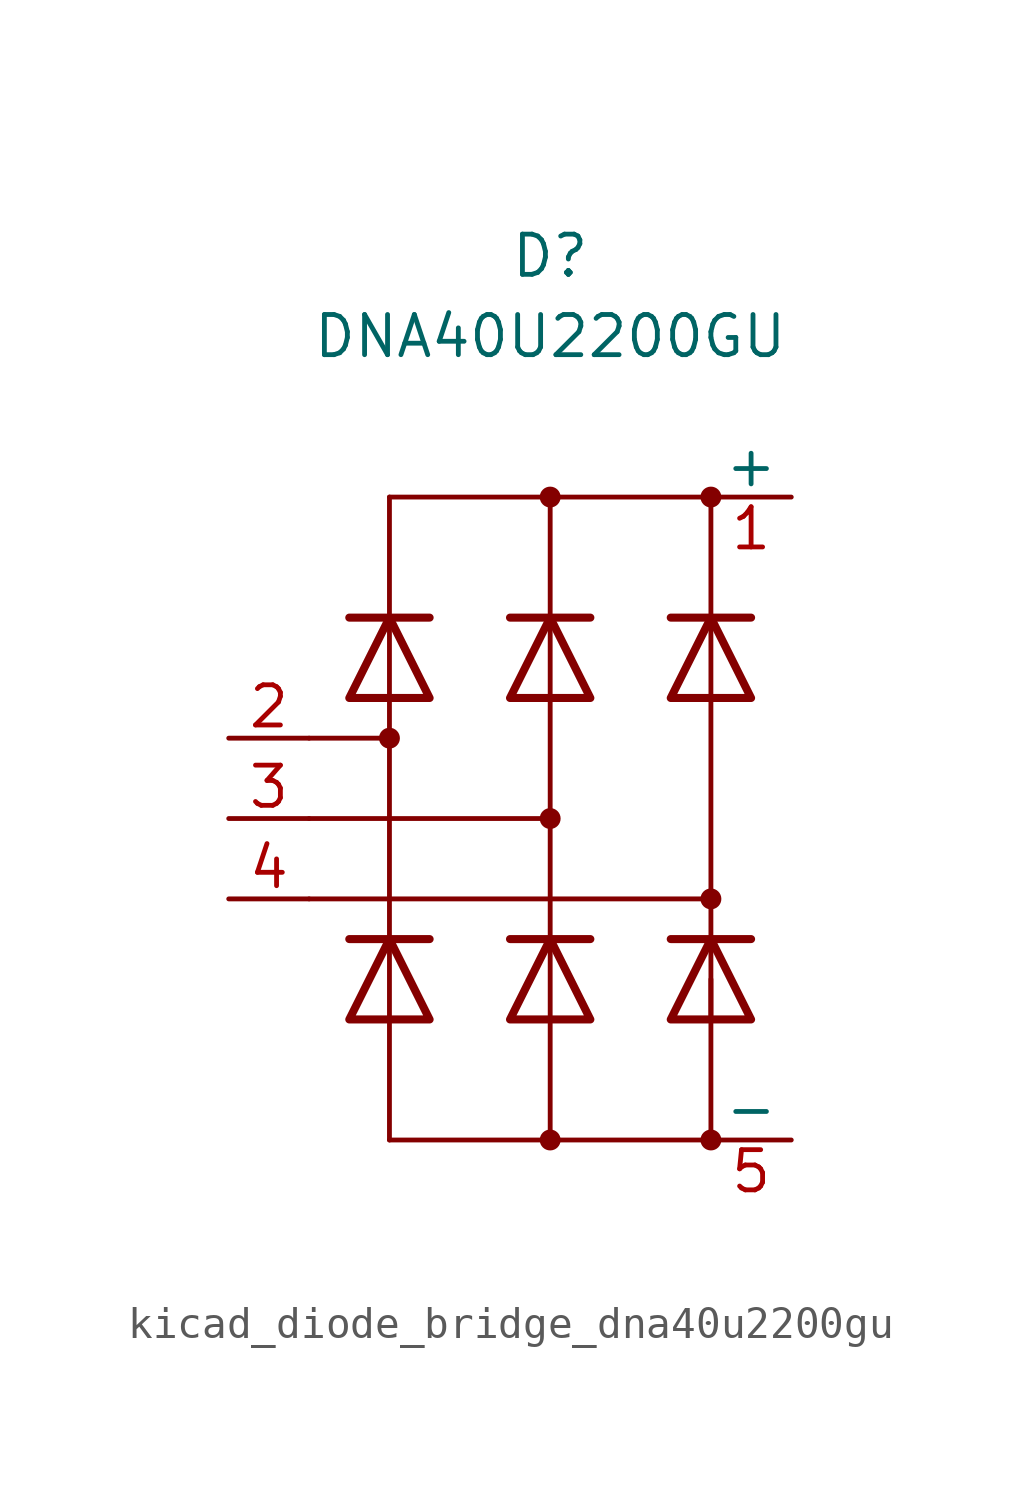
<source format=kicad_sym>
(kicad_symbol_lib
  (version 20220914)
  (generator kicad_symbol_editor)
  (symbol "kicad_diode_bridge_dna40u2200gu"
    (pin_names
      (offset 0))
    (property "Reference" "D"
      (at 0 17.78 0)
      (effects (font (size 1.27 1.27))))
    (property "Value" "DNA40U2200GU"
      (at 0 15.24 0)
      (effects (font (size 1.27 1.27))))
    (symbol "kicad_diode_bridge_dna40u2200gu_0_1"
      (circle (center -5.08 2.54) (radius 0.254) (stroke (width 0) (type default)) (fill (type outline)))
      (circle (center 0 -10.16) (radius 0.254) (stroke (width 0) (type default)) (fill (type outline)))
      (polyline (pts (xy -7.62 -2.54) (xy 5.08 -2.54)) (stroke (width 0) (type default)) (fill (type none)))
      (polyline (pts (xy -7.62 0) (xy 0 0)) (stroke (width 0) (type default)) (fill (type none)))
      (polyline (pts (xy -7.62 2.54) (xy -5.08 2.54)) (stroke (width 0) (type default)) (fill (type none)))
      (polyline (pts (xy -5.08 -10.16) (xy 5.08 -10.16)) (stroke (width 0) (type default)) (fill (type none)))
      (polyline (pts (xy -5.08 -6.35) (xy -5.08 -10.16)) (stroke (width 0) (type default)) (fill (type none)))
      (polyline (pts (xy -5.08 3.81) (xy -5.08 -3.81)) (stroke (width 0) (type default)) (fill (type none)))
      (polyline (pts (xy -5.08 10.16) (xy -5.08 6.35)) (stroke (width 0) (type default)) (fill (type none)))
      (polyline (pts (xy -5.08 10.16) (xy 5.08 10.16)) (stroke (width 0) (type default)) (fill (type none)))
      (polyline (pts (xy 0 -6.35) (xy 0 -10.16)) (stroke (width 0) (type default)) (fill (type none)))
      (polyline (pts (xy 0 3.81) (xy 0 -3.81)) (stroke (width 0) (type default)) (fill (type none)))
      (polyline (pts (xy 0 6.35) (xy 0 10.16)) (stroke (width 0) (type default)) (fill (type none)))
      (polyline (pts (xy 5.08 -10.16) (xy 5.08 -5.08)) (stroke (width 0) (type default)) (fill (type none)))
      (polyline (pts (xy 5.08 3.81) (xy 5.08 -3.81)) (stroke (width 0) (type default)) (fill (type none)))
      (polyline (pts (xy 5.08 10.16) (xy 5.08 6.35)) (stroke (width 0) (type default)) (fill (type none)))
      (circle (center 0 0) (radius 0.254) (stroke (width 0) (type default)) (fill (type outline)))
      (circle (center 0 10.16) (radius 0.254) (stroke (width 0) (type default)) (fill (type outline)))
      (circle (center 5.08 -10.16) (radius 0.254) (stroke (width 0) (type default)) (fill (type outline)))
      (circle (center 5.08 -2.54) (radius 0.254) (stroke (width 0) (type default)) (fill (type outline)))
      (circle (center 5.08 10.16) (radius 0.254) (stroke (width 0) (type default)) (fill (type outline))))
    (symbol "kicad_diode_bridge_dna40u2200gu_1_1"
      (polyline (pts (xy -5.08 -6.35) (xy -5.08 -3.81)) (stroke (width 0) (type default)) (fill (type none)))
      (polyline (pts (xy -5.08 3.81) (xy -5.08 6.35)) (stroke (width 0) (type default)) (fill (type none)))
      (polyline (pts (xy -3.81 -3.81) (xy -6.35 -3.81)) (stroke (width 0.254) (type default)) (fill (type none)))
      (polyline (pts (xy -3.81 6.35) (xy -6.35 6.35)) (stroke (width 0.254) (type default)) (fill (type none)))
      (polyline (pts (xy 0 -6.35) (xy 0 -3.81)) (stroke (width 0) (type default)) (fill (type none)))
      (polyline (pts (xy 0 3.81) (xy 0 6.35)) (stroke (width 0) (type default)) (fill (type none)))
      (polyline (pts (xy 1.27 -3.81) (xy -1.27 -3.81)) (stroke (width 0.254) (type default)) (fill (type none)))
      (polyline (pts (xy 1.27 6.35) (xy -1.27 6.35)) (stroke (width 0.254) (type default)) (fill (type none)))
      (polyline (pts (xy 5.08 -6.35) (xy 5.08 -3.81)) (stroke (width 0) (type default)) (fill (type none)))
      (polyline (pts (xy 5.08 3.81) (xy 5.08 6.35)) (stroke (width 0) (type default)) (fill (type none)))
      (polyline (pts (xy 6.35 -3.81) (xy 3.81 -3.81)) (stroke (width 0.254) (type default)) (fill (type none)))
      (polyline (pts (xy 6.35 6.35) (xy 3.81 6.35)) (stroke (width 0.254) (type default)) (fill (type none)))
      (polyline (pts (xy -3.81 -6.35) (xy -6.35 -6.35) (xy -5.08 -3.81) (xy -3.81 -6.35)) (stroke (width 0.254) (type default)) (fill (type none)))
      (polyline (pts (xy -3.81 3.81) (xy -6.35 3.81) (xy -5.08 6.35) (xy -3.81 3.81)) (stroke (width 0.254) (type default)) (fill (type none)))
      (polyline (pts (xy 1.27 -6.35) (xy -1.27 -6.35) (xy 0 -3.81) (xy 1.27 -6.35)) (stroke (width 0.254) (type default)) (fill (type none)))
      (polyline (pts (xy 1.27 3.81) (xy -1.27 3.81) (xy 0 6.35) (xy 1.27 3.81)) (stroke (width 0.254) (type default)) (fill (type none)))
      (polyline (pts (xy 6.35 -6.35) (xy 3.81 -6.35) (xy 5.08 -3.81) (xy 6.35 -6.35)) (stroke (width 0.254) (type default)) (fill (type none)))
      (polyline (pts (xy 6.35 3.81) (xy 3.81 3.81) (xy 5.08 6.35) (xy 6.35 3.81)) (stroke (width 0.254) (type default)) (fill (type none)))
      (pin passive line (at 7.62 10.16 180) (length 2.54) (name "+" (effects (font (size 1.27 1.27)))) (number "1" (effects (font (size 1.27 1.27)))))
      (pin passive line (at -10.16 2.54 0) (length 2.54) (name "~" (effects (font (size 1.27 1.27)))) (number "2" (effects (font (size 1.27 1.27)))))
      (pin passive line (at -10.16 0 0) (length 2.54) (name "~" (effects (font (size 1.27 1.27)))) (number "3" (effects (font (size 1.27 1.27)))))
      (pin passive line (at -10.16 -2.54 0) (length 2.54) (name "~" (effects (font (size 1.27 1.27)))) (number "4" (effects (font (size 1.27 1.27)))))
      (pin passive line (at 7.62 -10.16 180) (length 2.54) (name "-" (effects (font (size 1.27 1.27)))) (number "5" (effects (font (size 1.27 1.27))))))))
</source>
